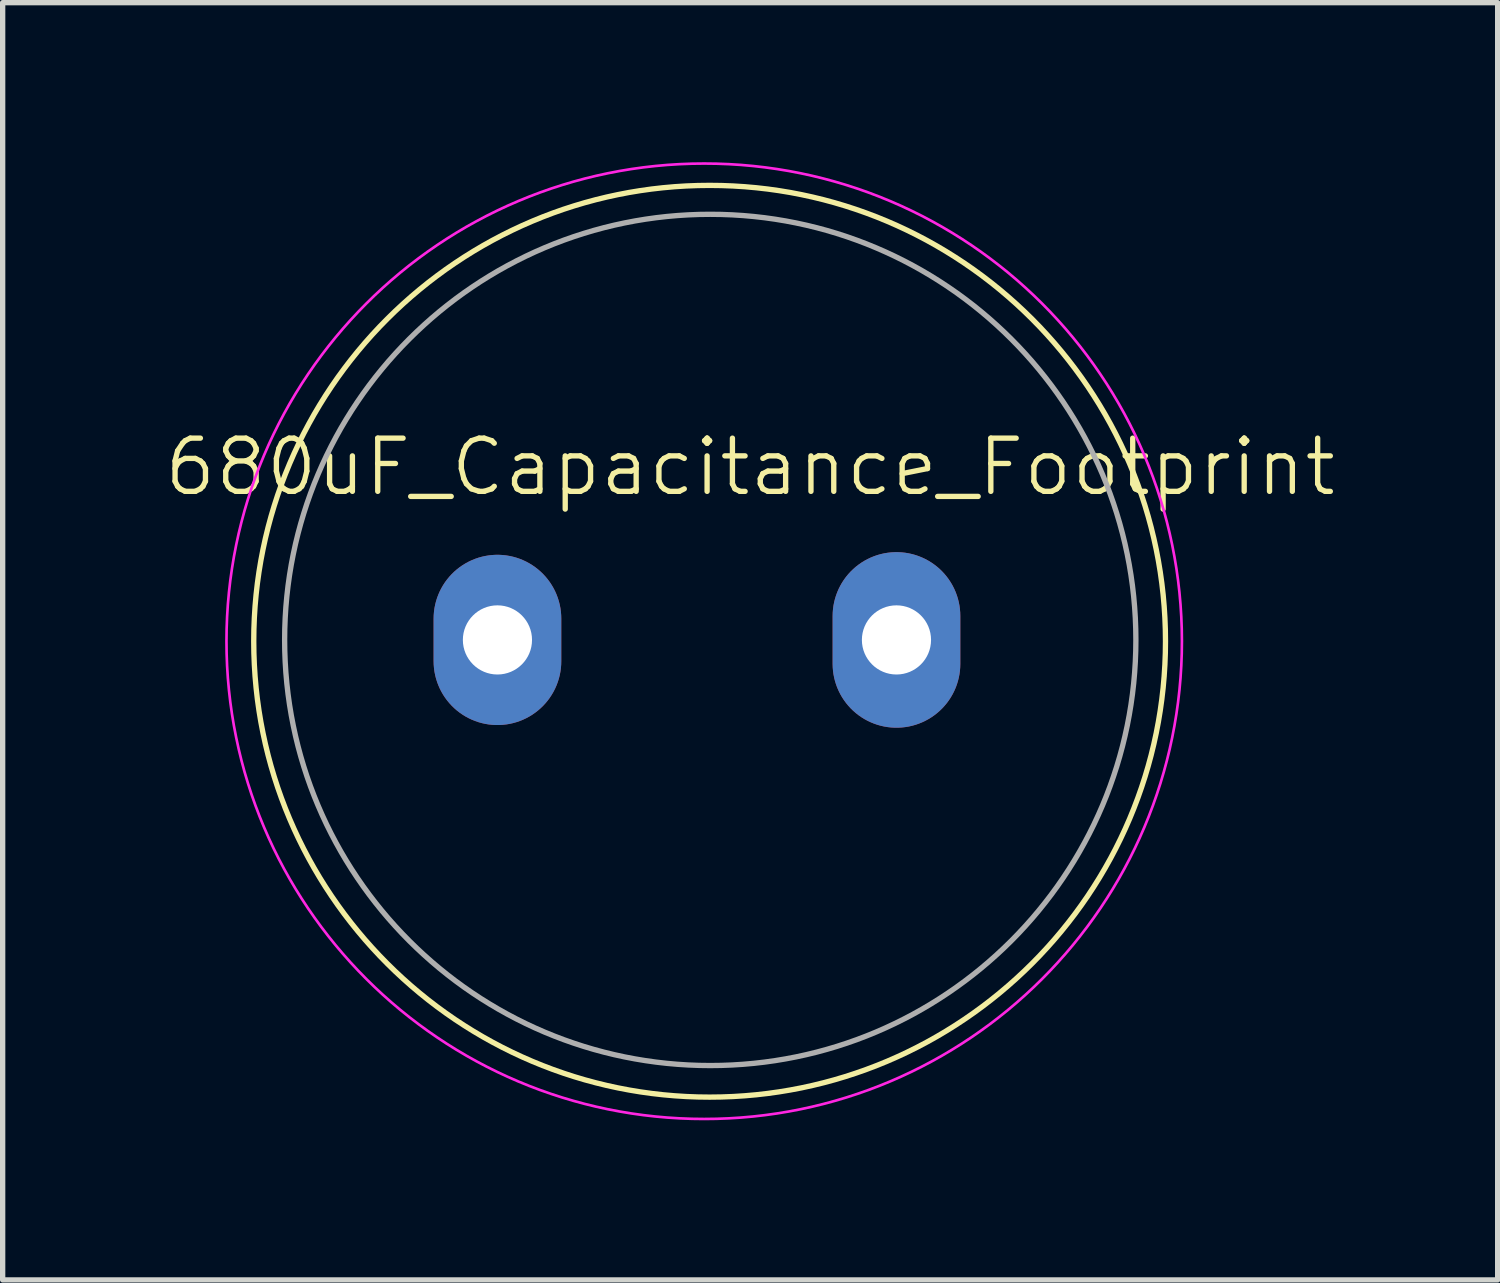
<source format=kicad_pcb>
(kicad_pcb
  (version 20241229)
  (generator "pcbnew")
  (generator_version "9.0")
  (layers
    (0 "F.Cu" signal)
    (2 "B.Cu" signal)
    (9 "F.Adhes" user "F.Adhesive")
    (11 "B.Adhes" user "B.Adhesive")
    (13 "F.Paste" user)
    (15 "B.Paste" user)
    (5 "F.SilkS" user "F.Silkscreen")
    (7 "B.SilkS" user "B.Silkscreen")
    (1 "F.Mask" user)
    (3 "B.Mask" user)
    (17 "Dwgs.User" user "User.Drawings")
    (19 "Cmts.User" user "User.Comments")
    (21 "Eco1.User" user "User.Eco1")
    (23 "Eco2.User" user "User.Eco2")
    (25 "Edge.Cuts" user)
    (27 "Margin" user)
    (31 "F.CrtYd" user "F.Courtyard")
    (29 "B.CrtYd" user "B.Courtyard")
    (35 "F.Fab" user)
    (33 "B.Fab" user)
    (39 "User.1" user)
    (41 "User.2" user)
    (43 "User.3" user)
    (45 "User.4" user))
  (footprint "680uF_Capacitance_Footprint"
    (layer "F.Cu")
    (at 6.3 8.978)
    (property "Reference" "680uF_Capacitance_Footprint" (at 4.75 -3.25 0) (unlocked yes) (layer "F.SilkS") (effects (font (size 1 1) (thickness 0.1))))
    (attr through_hole)
    (fp_circle (center 3.988 0.025) (end 5.766 8.407) (stroke (width 0.1) (type default)) (fill no) (layer "F.SilkS"))
    (fp_circle (center 3.886 0.025) (end 5.461 8.865) (stroke (width 0.05) (type default)) (fill no) (layer "F.CrtYd"))
    (fp_circle (center 4 0) (end 12 0) (stroke (width 0.1) (type default)) (fill no) (layer "F.Fab"))
    (pad "1" thru_hole oval (at 0 0) (size 2.4 3.2) (drill 1.3) (layers "*.Cu" "*.Mask"))
    (pad "2" thru_hole oval (at 7.5 0) (size 2.4 3.3) (drill 1.3) (layers "*.Cu" "*.Mask")))
  (gr_rect
    (start -3 -3)
    (end 25.1 21.007)
    (stroke (width 0.1) (type default))
    (fill no)
    (layer "Edge.Cuts")))
</source>
